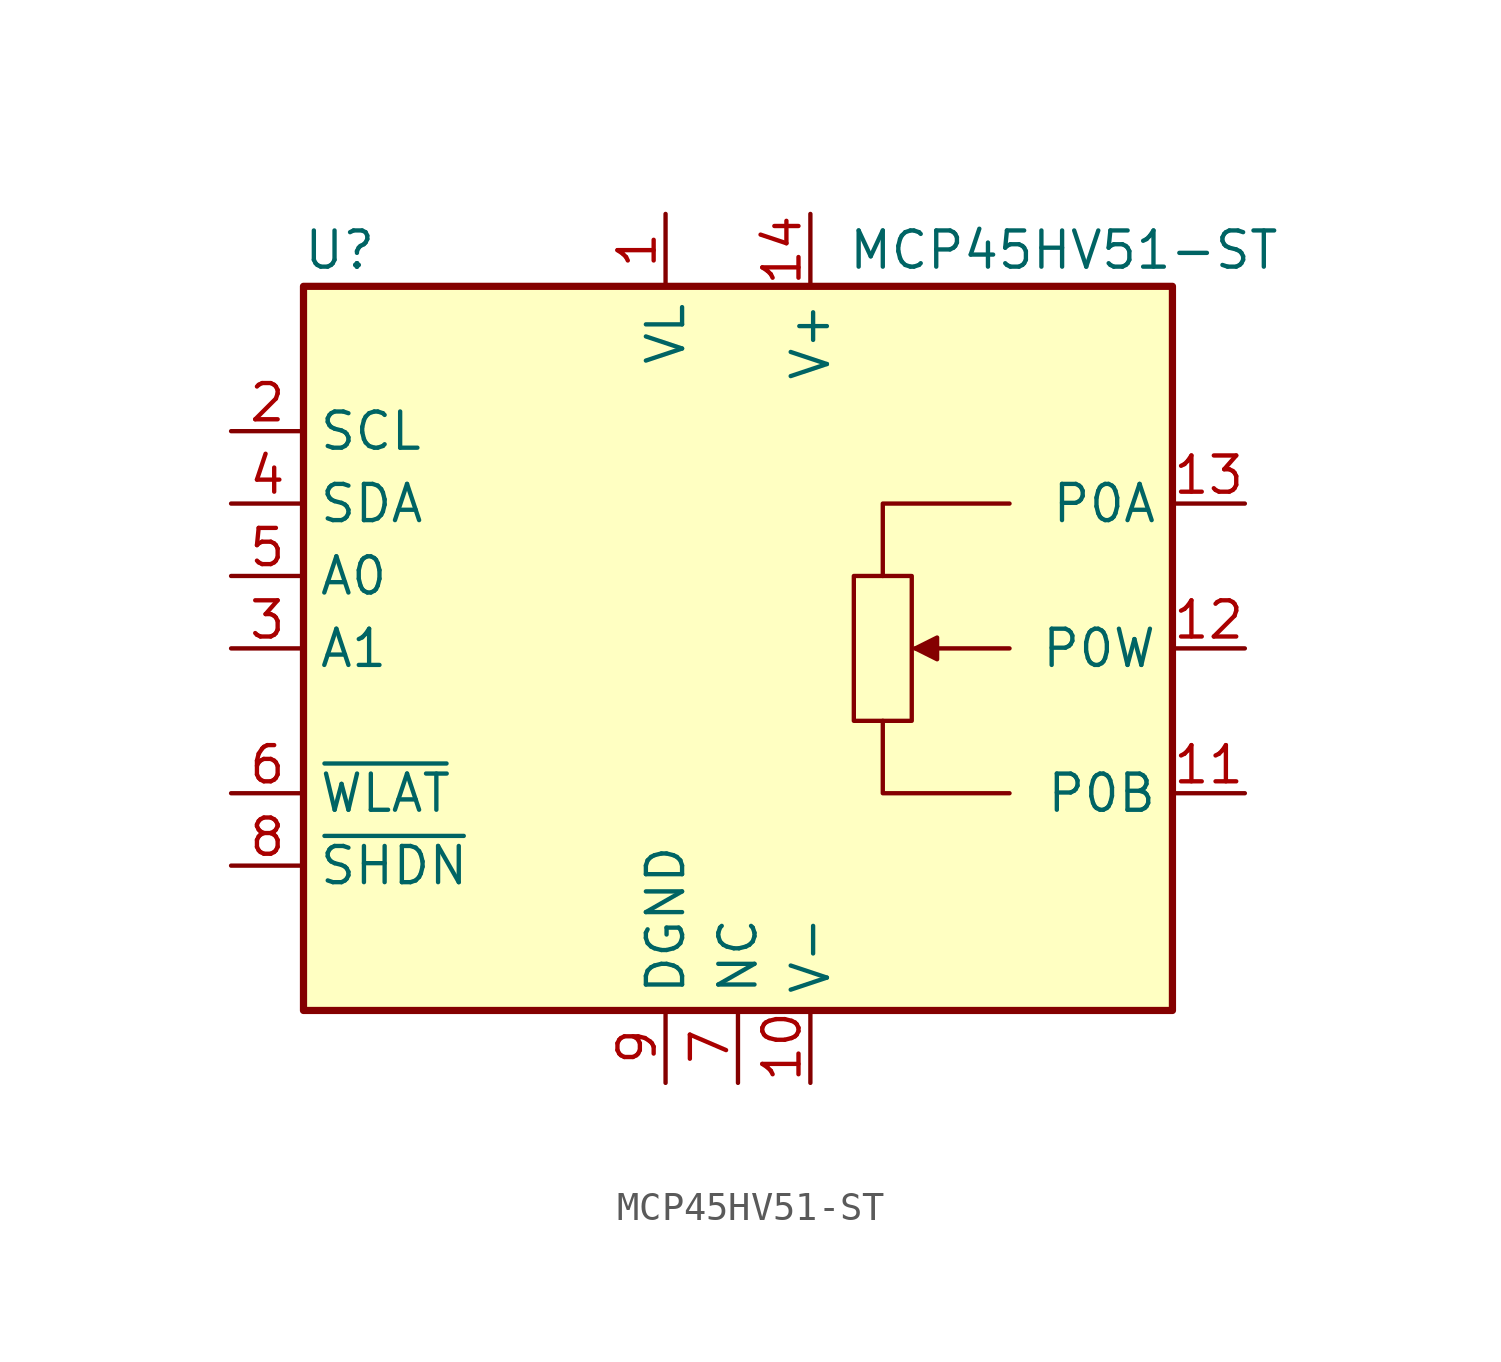
<source format=kicad_sym>
(kicad_symbol_lib
  (version 20200908)
  (generator kicad_symbol_editor)
  (symbol "Potentiometer_Digital:MCP45HV51-ST"
    (property "Reference" "U"
      (at -13.97 13.97 0)
      (effects (font (size 1.27 1.27))))
    (property "Value" "MCP45HV51-ST"
      (at 11.43 13.97 0)
      (effects (font (size 1.27 1.27))))
    (symbol "MCP45HV51-ST_1_1"
      (rectangle (start -15.24 12.7) (end 15.24 -12.7) (stroke (width 0.254)) (fill (type background)))
      (pin power_in line (at -2.54 15.24 270) (length 2.54) (name "VL" (effects (font (size 1.27 1.27)))) (number "1" (effects (font (size 1.27 1.27)))))
      (pin power_in line (at 2.54 -15.24 90) (length 2.54) (name "V-" (effects (font (size 1.27 1.27)))) (number "10" (effects (font (size 1.27 1.27)))))
      (pin passive line (at 17.78 -5.08 180) (length 2.54) (name "P0B" (effects (font (size 1.27 1.27)))) (number "11" (effects (font (size 1.27 1.27)))))
      (pin passive line (at 17.78 0 180) (length 2.54) (name "P0W" (effects (font (size 1.27 1.27)))) (number "12" (effects (font (size 1.27 1.27)))))
      (pin passive line (at 17.78 5.08 180) (length 2.54) (name "P0A" (effects (font (size 1.27 1.27)))) (number "13" (effects (font (size 1.27 1.27)))))
      (pin power_in line (at 2.54 15.24 270) (length 2.54) (name "V+" (effects (font (size 1.27 1.27)))) (number "14" (effects (font (size 1.27 1.27)))))
      (pin input line (at -17.78 7.62 0) (length 2.54) (name "SCL" (effects (font (size 1.27 1.27)))) (number "2" (effects (font (size 1.27 1.27)))))
      (pin input line (at -17.78 0 0) (length 2.54) (name "A1" (effects (font (size 1.27 1.27)))) (number "3" (effects (font (size 1.27 1.27)))))
      (pin bidirectional line (at -17.78 5.08 0) (length 2.54) (name "SDA" (effects (font (size 1.27 1.27)))) (number "4" (effects (font (size 1.27 1.27)))))
      (pin input line (at -17.78 2.54 0) (length 2.54) (name "A0" (effects (font (size 1.27 1.27)))) (number "5" (effects (font (size 1.27 1.27)))))
      (pin input line (at -17.78 -5.08 0) (length 2.54) (name "~WLAT" (effects (font (size 1.27 1.27)))) (number "6" (effects (font (size 1.27 1.27)))))
      (pin passive line (at 0 -15.24 90) (length 2.54) (name "NC" (effects (font (size 1.27 1.27)))) (number "7" (effects (font (size 1.27 1.27)))))
      (pin input line (at -17.78 -7.62 0) (length 2.54) (name "~SHDN" (effects (font (size 1.27 1.27)))) (number "8" (effects (font (size 1.27 1.27)))))
      (pin power_in line (at -2.54 -15.24 90) (length 2.54) (name "DGND" (effects (font (size 1.27 1.27)))) (number "9" (effects (font (size 1.27 1.27))))))
    (symbol "MCP45HV51-ST_0_1"
      (polyline (pts (xy 9.525 0) (xy 6.223 0)) (stroke (width 0)) (fill (type none)))
      (polyline (pts (xy 5.08 -2.54) (xy 5.08 -5.08) (xy 9.525 -5.08)) (stroke (width 0)) (fill (type none)))
      (polyline (pts (xy 5.08 2.54) (xy 5.08 5.08) (xy 9.525 5.08)) (stroke (width 0)) (fill (type none)))
      (polyline (pts (xy 6.223 0) (xy 6.985 0.381) (xy 6.985 -0.381) (xy 6.223 0)) (stroke (width 0)) (fill (type outline)))
      (polyline (pts (xy 6.096 2.54) (xy 4.064 2.54) (xy 4.064 -2.54) (xy 6.096 -2.54) (xy 6.096 2.54)) (stroke (width 0)) (fill (type none))))))
</source>
